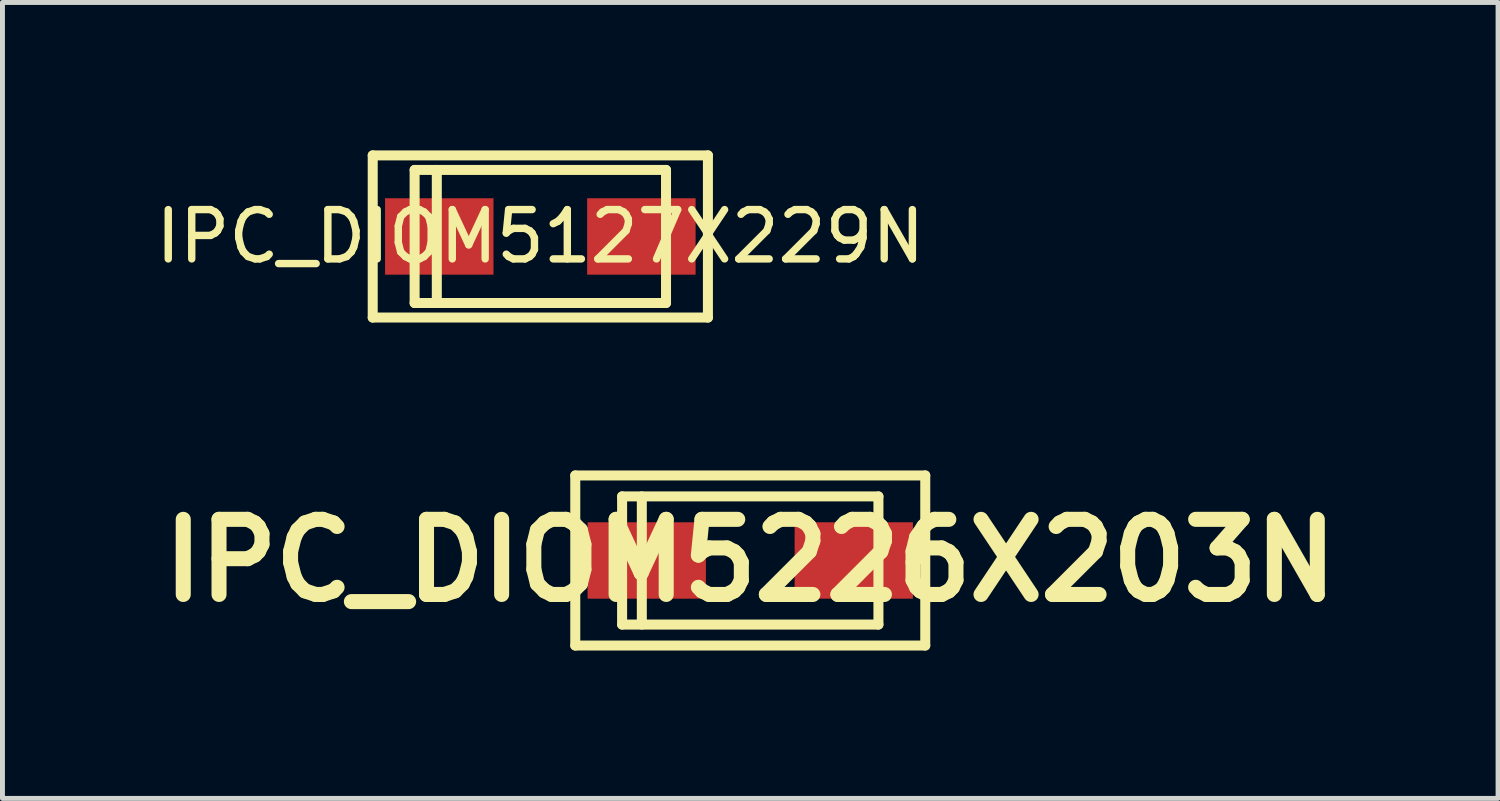
<source format=kicad_pcb>
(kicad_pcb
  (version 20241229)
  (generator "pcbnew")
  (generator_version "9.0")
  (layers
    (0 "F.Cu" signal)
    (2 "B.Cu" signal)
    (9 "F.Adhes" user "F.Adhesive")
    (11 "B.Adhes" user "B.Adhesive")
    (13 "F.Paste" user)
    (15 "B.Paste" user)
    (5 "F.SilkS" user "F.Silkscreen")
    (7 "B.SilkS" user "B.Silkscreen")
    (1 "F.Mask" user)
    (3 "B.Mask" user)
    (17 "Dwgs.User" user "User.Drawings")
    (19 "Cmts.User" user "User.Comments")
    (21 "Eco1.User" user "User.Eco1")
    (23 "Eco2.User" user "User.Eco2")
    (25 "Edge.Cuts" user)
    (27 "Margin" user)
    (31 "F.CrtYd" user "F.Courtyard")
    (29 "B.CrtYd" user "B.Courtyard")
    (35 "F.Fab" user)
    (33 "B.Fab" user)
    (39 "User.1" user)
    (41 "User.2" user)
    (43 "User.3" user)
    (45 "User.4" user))
  (footprint "IPC_DIOM5226X203N"
    (layer "F.Cu")
    (at 12.17 8.32)
    (property "Reference" "IPC_DIOM5226X203N" (at 0 0 0) (layer "F.SilkS") (effects (font (size 1.524 1.524) (thickness 0.305))))
    (attr through_hole)
    (fp_line (start -3.55 -1.725) (end 3.55 -1.725) (stroke (width 0.203) (type solid)) (layer "F.SilkS"))
    (fp_line (start -3.55 1.725) (end -3.55 -1.725) (stroke (width 0.203) (type solid)) (layer "F.SilkS"))
    (fp_line (start -2.6 -1.3) (end 2.6 -1.3) (stroke (width 0.203) (type solid)) (layer "F.SilkS"))
    (fp_line (start -2.6 1.3) (end -2.6 -1.3) (stroke (width 0.203) (type solid)) (layer "F.SilkS"))
    (fp_line (start -2.2 -1.3) (end -2.2 1.3) (stroke (width 0.203) (type solid)) (layer "F.SilkS"))
    (fp_line (start 2.6 -1.3) (end 2.6 1.3) (stroke (width 0.203) (type solid)) (layer "F.SilkS"))
    (fp_line (start 2.6 1.3) (end -2.6 1.3) (stroke (width 0.203) (type solid)) (layer "F.SilkS"))
    (fp_line (start 3.55 -1.725) (end 3.55 1.725) (stroke (width 0.203) (type solid)) (layer "F.SilkS"))
    (fp_line (start 3.55 1.725) (end -3.55 1.725) (stroke (width 0.203) (type solid)) (layer "F.SilkS"))
    (pad "1" smd rect (at 2.1 0) (size 2.4 1.55) (layers "F.Cu" "F.Mask" "F.Paste"))
    (pad "2" smd rect (at -2.1 0) (size 2.4 1.55) (layers "F.Cu" "F.Mask" "F.Paste")))
  (footprint "IPC_DIOM5127X229N"
    (layer "F.Cu")
    (at 7.911 1.747)
    (property "Reference" "IPC_DIOM5127X229N" (at 0 0 0) (layer "F.SilkS") (effects (font (size 1 1) (thickness 0.15))))
    (attr through_hole)
    (fp_line (start -3.4 -1.645) (end 3.4 -1.645) (stroke (width 0.203) (type solid)) (layer "F.SilkS"))
    (fp_line (start -3.4 1.645) (end -3.4 -1.645) (stroke (width 0.203) (type solid)) (layer "F.SilkS"))
    (fp_line (start -2.55 -1.35) (end 2.55 -1.35) (stroke (width 0.203) (type solid)) (layer "F.SilkS"))
    (fp_line (start -2.55 1.35) (end -2.55 -1.35) (stroke (width 0.203) (type solid)) (layer "F.SilkS"))
    (fp_line (start -2.1 -1.35) (end -2.1 1.35) (stroke (width 0.203) (type solid)) (layer "F.SilkS"))
    (fp_line (start 2.55 -1.35) (end 2.55 1.35) (stroke (width 0.203) (type solid)) (layer "F.SilkS"))
    (fp_line (start 2.55 1.35) (end -2.55 1.35) (stroke (width 0.203) (type solid)) (layer "F.SilkS"))
    (fp_line (start 3.4 -1.645) (end 3.4 1.645) (stroke (width 0.203) (type solid)) (layer "F.SilkS"))
    (fp_line (start 3.4 1.645) (end -3.4 1.645) (stroke (width 0.203) (type solid)) (layer "F.SilkS"))
    (pad "1" smd rect (at 2.05 0) (size 2.2 1.55) (layers "F.Cu" "F.Mask" "F.Paste"))
    (pad "2" smd rect (at -2.05 0) (size 2.2 1.55) (layers "F.Cu" "F.Mask" "F.Paste")))
  (gr_rect
    (start -3 -3)
    (end 27.34 13.146)
    (stroke (width 0.1) (type default))
    (fill no)
    (layer "Edge.Cuts")))
</source>
